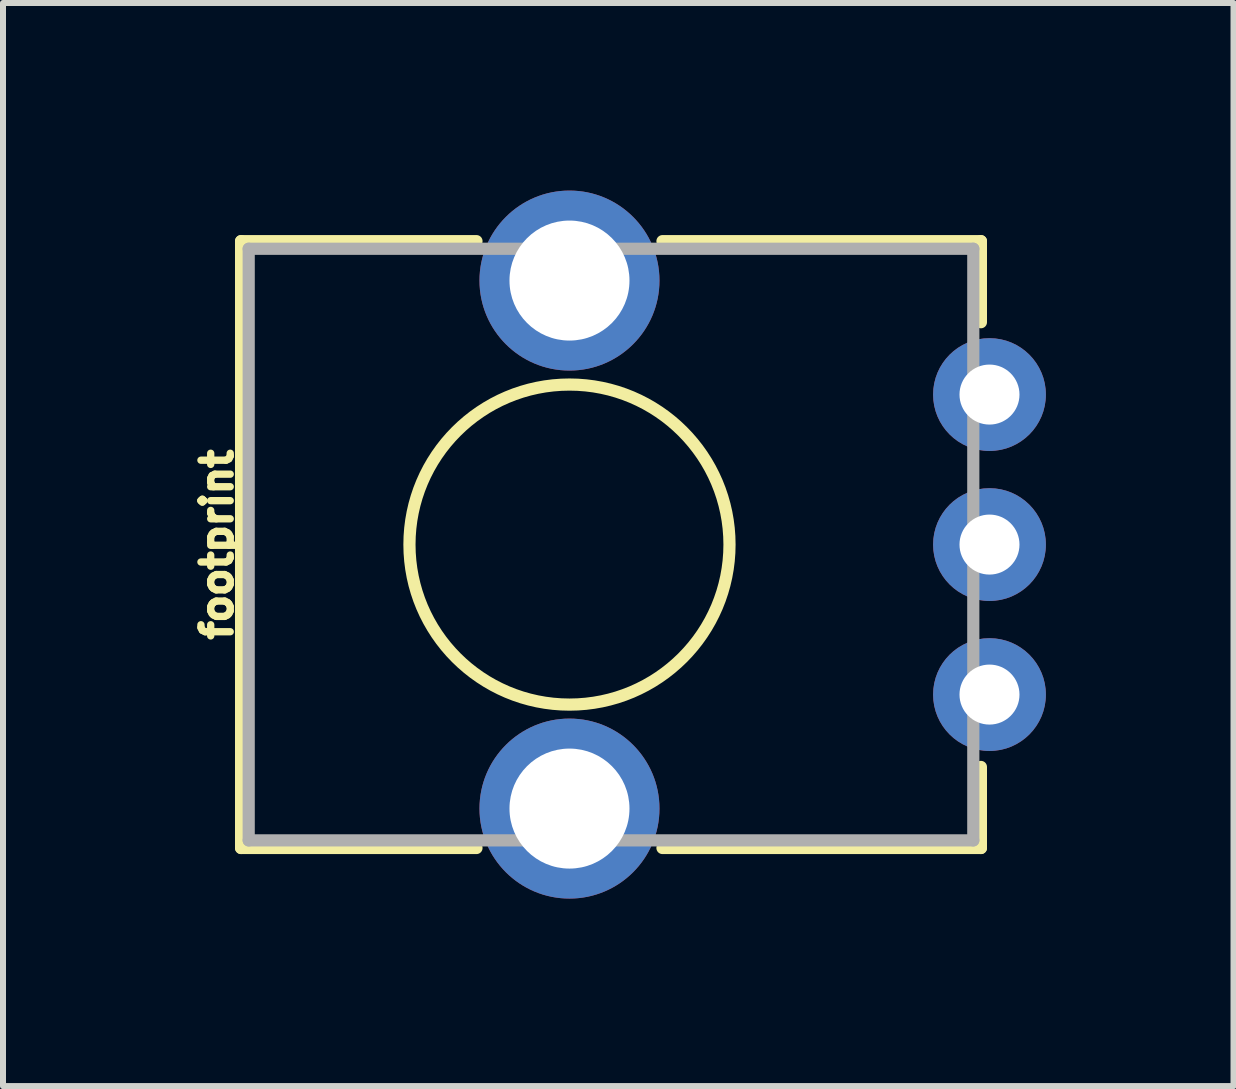
<source format=kicad_pcb>
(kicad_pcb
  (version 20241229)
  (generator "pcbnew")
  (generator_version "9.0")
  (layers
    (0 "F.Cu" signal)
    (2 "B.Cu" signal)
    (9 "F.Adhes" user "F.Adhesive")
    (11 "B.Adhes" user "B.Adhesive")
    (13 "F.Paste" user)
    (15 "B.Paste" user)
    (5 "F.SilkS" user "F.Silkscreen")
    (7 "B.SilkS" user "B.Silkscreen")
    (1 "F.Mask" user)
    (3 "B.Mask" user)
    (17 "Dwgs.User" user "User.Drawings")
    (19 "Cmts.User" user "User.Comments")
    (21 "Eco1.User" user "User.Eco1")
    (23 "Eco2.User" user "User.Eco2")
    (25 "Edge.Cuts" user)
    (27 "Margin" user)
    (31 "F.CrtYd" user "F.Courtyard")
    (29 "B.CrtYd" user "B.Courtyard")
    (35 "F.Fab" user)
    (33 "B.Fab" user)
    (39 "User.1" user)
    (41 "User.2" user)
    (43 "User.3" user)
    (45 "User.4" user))
  (footprint "footprint"
    (layer "F.Cu")
    (at 6.441 6.026)
    (property "Reference" "footprint" (at -5.588 0 90) (layer "F.SilkS") (effects (font (size 0.488 0.488) (thickness 0.122)) (justify bottom)))
    (fp_circle (center 0 -4.4) (end 0.5 -4.4) (stroke (width 1) (type solid)) (fill yes) (layer "F.Mask"))
    (fp_circle (center 0 4.4) (end 0.5 4.4) (stroke (width 1) (type solid)) (fill yes) (layer "F.Mask"))
    (fp_circle (center 7 -2.5) (end 7.25 -2.5) (stroke (width 0.5) (type solid)) (fill yes) (layer "F.Mask"))
    (fp_circle (center 7 0) (end 7.25 0) (stroke (width 0.5) (type solid)) (fill yes) (layer "F.Mask"))
    (fp_circle (center 7 2.5) (end 7.25 2.5) (stroke (width 0.5) (type solid)) (fill yes) (layer "F.Mask"))
    (fp_circle (center 0 -4.4) (end 0.813 -4.4) (stroke (width 1.626) (type solid)) (fill yes) (layer "B.Mask"))
    (fp_circle (center 0 4.4) (end 0.813 4.4) (stroke (width 1.626) (type solid)) (fill yes) (layer "B.Mask"))
    (fp_circle (center 7 -2.5) (end 7.533 -2.5) (stroke (width 1.067) (type solid)) (fill yes) (layer "B.Mask"))
    (fp_circle (center 7 0) (end 7.533 0) (stroke (width 1.067) (type solid)) (fill yes) (layer "B.Mask"))
    (fp_circle (center 7 2.5) (end 7.533 2.5) (stroke (width 1.067) (type solid)) (fill yes) (layer "B.Mask"))
    (fp_line (start -5.473 -5.057) (end -1.55 -5.057) (stroke (width 0.203) (type solid)) (layer "F.SilkS"))
    (fp_line (start -5.473 5.057) (end -5.473 -5.057) (stroke (width 0.203) (type solid)) (layer "F.SilkS"))
    (fp_line (start -1.55 5.057) (end -5.473 5.057) (stroke (width 0.203) (type solid)) (layer "F.SilkS"))
    (fp_line (start 1.55 -5.057) (end 6.857 -5.057) (stroke (width 0.203) (type solid)) (layer "F.SilkS"))
    (fp_line (start 6.857 -5.057) (end 6.857 -3.706) (stroke (width 0.203) (type solid)) (layer "F.SilkS"))
    (fp_line (start 6.857 3.706) (end 6.857 5.057) (stroke (width 0.203) (type solid)) (layer "F.SilkS"))
    (fp_line (start 6.857 5.057) (end 1.55 5.057) (stroke (width 0.203) (type solid)) (layer "F.SilkS"))
    (fp_circle (center 0 0) (end 2.667 0) (stroke (width 0.203) (type solid)) (fill no) (layer "F.SilkS"))
    (fp_line (start -5.346 -4.93) (end 6.73 -4.93) (stroke (width 0.203) (type solid)) (layer "F.Fab"))
    (fp_line (start -5.346 4.93) (end -5.346 -4.93) (stroke (width 0.203) (type solid)) (layer "F.Fab"))
    (fp_line (start 6.73 -4.93) (end 6.73 4.93) (stroke (width 0.203) (type solid)) (layer "F.Fab"))
    (fp_line (start 6.73 4.93) (end -5.346 4.93) (stroke (width 0.203) (type solid)) (layer "F.Fab"))
    (pad "P$1" thru_hole circle (at 7 2.5) (size 1.88 1.88) (drill 1) (layers "*.Cu"))
    (pad "P$2" thru_hole circle (at 7 0) (size 1.88 1.88) (drill 1) (layers "*.Cu"))
    (pad "P$3" thru_hole circle (at 7 -2.5) (size 1.88 1.88) (drill 1) (layers "*.Cu"))
    (pad "P$4" thru_hole circle (at 0 4.4) (size 3 3) (drill 2) (layers "*.Cu"))
    (pad "P$5" thru_hole circle (at 0 -4.4) (size 3 3) (drill 2) (layers "*.Cu")))
  (gr_rect
    (start -3 -3)
    (end 17.508 15.051)
    (stroke (width 0.1) (type default))
    (fill no)
    (layer "Edge.Cuts")))
</source>
